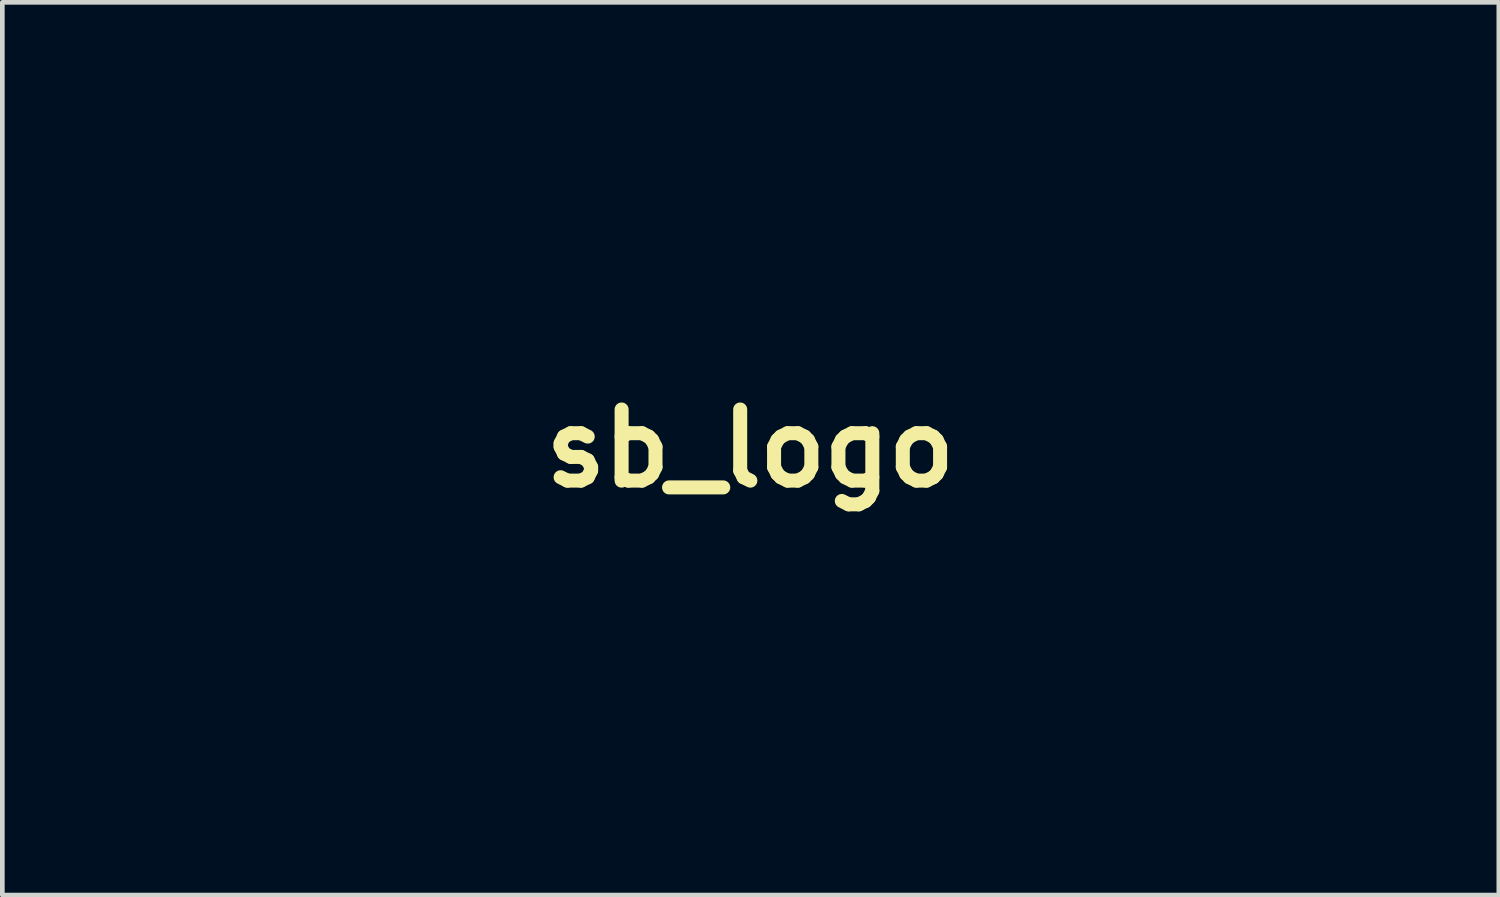
<source format=kicad_pcb>
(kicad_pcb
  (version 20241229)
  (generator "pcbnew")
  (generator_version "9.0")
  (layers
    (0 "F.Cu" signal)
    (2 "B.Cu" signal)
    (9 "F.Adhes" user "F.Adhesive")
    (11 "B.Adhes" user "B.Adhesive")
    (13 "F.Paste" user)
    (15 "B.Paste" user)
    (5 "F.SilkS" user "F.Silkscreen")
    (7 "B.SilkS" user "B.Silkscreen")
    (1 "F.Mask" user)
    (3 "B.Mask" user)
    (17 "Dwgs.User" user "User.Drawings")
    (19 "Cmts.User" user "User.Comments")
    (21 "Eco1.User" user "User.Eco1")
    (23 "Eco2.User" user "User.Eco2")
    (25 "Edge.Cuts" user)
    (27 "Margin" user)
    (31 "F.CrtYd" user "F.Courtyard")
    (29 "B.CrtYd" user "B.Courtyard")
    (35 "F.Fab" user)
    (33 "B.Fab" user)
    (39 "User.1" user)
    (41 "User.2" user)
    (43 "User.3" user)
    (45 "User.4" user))
  (footprint "sb_logo"
    (layer "F.Cu")
    (at 13.023 6.556)
    (property "Reference" "sb_logo" (at 0 0 0) (layer "F.SilkS") (effects (font (size 1.524 1.524) (thickness 0.3))))
    (attr through_hole)
    (fp_poly (pts (xy 11.738 1.792) (xy 11.77 1.802) (xy 11.786 1.82) (xy 11.788 1.834) (xy 11.784 1.847) (xy 11.773 1.854) (xy 11.751 1.858) (xy 11.718 1.861) (xy 11.651 1.864) (xy 11.654 1.829) (xy 11.659 1.805) (xy 11.671 1.795) (xy 11.695 1.791) (xy 11.738 1.792)) (stroke (width 0.01) (type solid)) (fill no) (layer "Eco2.User"))
    (fp_poly (pts (xy -10.295 2.437) (xy -10.162 2.437) (xy -10.048 2.438) (xy -9.952 2.439) (xy -9.871 2.44) (xy -9.805 2.441) (xy -9.752 2.442) (xy -9.709 2.444) (xy -9.675 2.446) (xy -9.649 2.448) (xy -9.628 2.451) (xy -9.61 2.454) (xy -9.595 2.458) (xy -9.58 2.463) (xy -9.574 2.465) (xy -9.499 2.5) (xy -9.439 2.549) (xy -9.395 2.611) (xy -9.367 2.685) (xy -9.357 2.77) (xy -9.359 2.815) (xy -9.374 2.901) (xy -9.405 2.973) (xy -9.452 3.031) (xy -9.515 3.074) (xy -9.594 3.104) (xy -9.618 3.11) (xy -9.643 3.113) (xy -9.686 3.116) (xy -9.75 3.118) (xy -9.833 3.119) (xy -9.936 3.121) (xy -10.06 3.122) (xy -10.204 3.122) (xy -10.309 3.122) (xy -10.943 3.122) (xy -10.943 2.432) (xy -10.295 2.437)) (stroke (width 0.01) (type solid)) (fill no) (layer "Eco2.User"))
    (fp_poly (pts (xy -10.316 3.599) (xy -10.176 3.599) (xy -10.056 3.599) (xy -9.953 3.599) (xy -9.866 3.601) (xy -9.792 3.602) (xy -9.732 3.604) (xy -9.681 3.608) (xy -9.64 3.612) (xy -9.605 3.617) (xy -9.575 3.623) (xy -9.549 3.631) (xy -9.524 3.64) (xy -9.499 3.65) (xy -9.484 3.657) (xy -9.433 3.686) (xy -9.383 3.726) (xy -9.341 3.769) (xy -9.316 3.805) (xy -9.287 3.88) (xy -9.273 3.965) (xy -9.275 4.054) (xy -9.292 4.141) (xy -9.293 4.144) (xy -9.327 4.219) (xy -9.378 4.283) (xy -9.447 4.335) (xy -9.532 4.374) (xy -9.617 4.398) (xy -9.637 4.401) (xy -9.663 4.404) (xy -9.696 4.406) (xy -9.74 4.408) (xy -9.794 4.41) (xy -9.861 4.411) (xy -9.942 4.412) (xy -10.04 4.413) (xy -10.155 4.413) (xy -10.289 4.413) (xy -10.316 4.413) (xy -10.943 4.413) (xy -10.943 3.598) (xy -10.316 3.599)) (stroke (width 0.01) (type solid)) (fill no) (layer "Eco2.User"))
    (fp_poly (pts (xy 11.765 1.699) (xy 11.821 1.721) (xy 11.868 1.758) (xy 11.879 1.77) (xy 11.911 1.828) (xy 11.925 1.89) (xy 11.92 1.952) (xy 11.897 2.01) (xy 11.858 2.059) (xy 11.817 2.09) (xy 11.762 2.112) (xy 11.7 2.117) (xy 11.64 2.107) (xy 11.605 2.093) (xy 11.556 2.054) (xy 11.521 2.003) (xy 11.501 1.945) (xy 11.497 1.885) (xy 11.509 1.825) (xy 11.539 1.772) (xy 11.543 1.767) (xy 11.579 1.736) (xy 11.589 1.736) (xy 11.589 2.064) (xy 11.652 2.064) (xy 11.652 1.995) (xy 11.653 1.958) (xy 11.655 1.937) (xy 11.662 1.928) (xy 11.674 1.926) (xy 11.678 1.926) (xy 11.694 1.93) (xy 11.709 1.943) (xy 11.727 1.97) (xy 11.739 1.992) (xy 11.765 2.035) (xy 11.789 2.058) (xy 11.815 2.065) (xy 11.839 2.06) (xy 11.846 2.053) (xy 11.843 2.038) (xy 11.829 2.014) (xy 11.804 1.974) (xy 11.79 1.948) (xy 11.786 1.933) (xy 11.792 1.923) (xy 11.807 1.915) (xy 11.816 1.911) (xy 11.847 1.89) (xy 11.861 1.859) (xy 11.861 1.814) (xy 11.859 1.805) (xy 11.851 1.777) (xy 11.836 1.757) (xy 11.811 1.745) (xy 11.773 1.738) (xy 11.718 1.736) (xy 11.698 1.736) (xy 11.589 1.736) (xy 11.579 1.736) (xy 11.589 1.727) (xy 11.645 1.702) (xy 11.705 1.693) (xy 11.765 1.699)) (stroke (width 0.01) (type solid)) (fill no) (layer "Eco2.User"))
    (fp_poly (pts (xy 5.604 -3.936) (xy 5.765 -3.902) (xy 5.916 -3.85) (xy 5.984 -3.818) (xy 6.119 -3.74) (xy 6.238 -3.647) (xy 6.342 -3.54) (xy 6.43 -3.419) (xy 6.502 -3.285) (xy 6.556 -3.14) (xy 6.571 -3.085) (xy 6.578 -3.057) (xy 6.584 -3.028) (xy 6.589 -2.996) (xy 6.593 -2.959) (xy 6.598 -2.918) (xy 6.601 -2.87) (xy 6.604 -2.814) (xy 6.607 -2.75) (xy 6.609 -2.675) (xy 6.61 -2.588) (xy 6.612 -2.488) (xy 6.613 -2.375) (xy 6.614 -2.246) (xy 6.614 -2.101) (xy 6.614 -1.937) (xy 6.615 -1.755) (xy 6.615 -1.628) (xy 6.615 -0.529) (xy 5.367 -0.529) (xy 5.363 -1.58) (xy 5.362 -1.775) (xy 5.361 -1.95) (xy 5.36 -2.105) (xy 5.358 -2.241) (xy 5.357 -2.358) (xy 5.355 -2.456) (xy 5.354 -2.537) (xy 5.352 -2.6) (xy 5.35 -2.647) (xy 5.348 -2.678) (xy 5.346 -2.691) (xy 5.315 -2.811) (xy 5.276 -2.912) (xy 5.227 -2.996) (xy 5.168 -3.061) (xy 5.099 -3.109) (xy 5.019 -3.14) (xy 4.926 -3.155) (xy 4.886 -3.157) (xy 4.774 -3.149) (xy 4.674 -3.124) (xy 4.586 -3.081) (xy 4.511 -3.022) (xy 4.449 -2.947) (xy 4.401 -2.855) (xy 4.366 -2.748) (xy 4.359 -2.716) (xy 4.357 -2.695) (xy 4.355 -2.653) (xy 4.354 -2.591) (xy 4.352 -2.509) (xy 4.351 -2.407) (xy 4.351 -2.285) (xy 4.35 -2.145) (xy 4.35 -1.986) (xy 4.349 -1.808) (xy 4.35 -1.613) (xy 4.35 -1.595) (xy 4.351 -0.529) (xy 3.102 -0.529) (xy 3.098 -2.008) (xy 3.097 -2.241) (xy 3.096 -2.457) (xy 3.095 -2.656) (xy 3.094 -2.837) (xy 3.093 -3.001) (xy 3.091 -3.147) (xy 3.09 -3.273) (xy 3.088 -3.381) (xy 3.087 -3.469) (xy 3.085 -3.537) (xy 3.083 -3.585) (xy 3.082 -3.609) (xy 3.076 -3.665) (xy 3.071 -3.72) (xy 3.066 -3.767) (xy 3.064 -3.791) (xy 3.058 -3.852) (xy 3.691 -3.852) (xy 4.325 -3.852) (xy 4.332 -3.74) (xy 4.335 -3.685) (xy 4.338 -3.63) (xy 4.339 -3.584) (xy 4.339 -3.565) (xy 4.34 -3.532) (xy 4.343 -3.509) (xy 4.346 -3.503) (xy 4.355 -3.51) (xy 4.377 -3.529) (xy 4.408 -3.557) (xy 4.446 -3.593) (xy 4.461 -3.606) (xy 4.577 -3.706) (xy 4.696 -3.787) (xy 4.821 -3.85) (xy 4.955 -3.897) (xy 5.1 -3.93) (xy 5.255 -3.947) (xy 5.434 -3.951) (xy 5.604 -3.936)) (stroke (width 0.01) (type solid)) (fill no) (layer "Eco2.User"))
    (fp_poly (pts (xy 1.196 -3.852) (xy 1.82 -3.852) (xy 1.821 -2.426) (xy 1.821 -2.251) (xy 1.821 -2.081) (xy 1.821 -1.916) (xy 1.822 -1.757) (xy 1.823 -1.607) (xy 1.823 -1.467) (xy 1.824 -1.337) (xy 1.825 -1.22) (xy 1.826 -1.117) (xy 1.827 -1.029) (xy 1.828 -0.957) (xy 1.829 -0.904) (xy 1.83 -0.87) (xy 1.831 -0.863) (xy 1.835 -0.799) (xy 1.84 -0.732) (xy 1.845 -0.669) (xy 1.848 -0.627) (xy 1.855 -0.529) (xy 0.595 -0.529) (xy 0.589 -0.569) (xy 0.585 -0.604) (xy 0.582 -0.647) (xy 0.582 -0.663) (xy 0.581 -0.701) (xy 0.579 -0.75) (xy 0.575 -0.798) (xy 0.568 -0.88) (xy 0.488 -0.801) (xy 0.372 -0.697) (xy 0.254 -0.612) (xy 0.132 -0.545) (xy 0.002 -0.495) (xy -0.138 -0.459) (xy -0.293 -0.436) (xy -0.318 -0.434) (xy -0.383 -0.429) (xy -0.434 -0.426) (xy -0.48 -0.426) (xy -0.527 -0.428) (xy -0.583 -0.432) (xy -0.614 -0.435) (xy -0.779 -0.46) (xy -0.934 -0.503) (xy -1.076 -0.563) (xy -1.205 -0.639) (xy -1.321 -0.731) (xy -1.423 -0.838) (xy -1.511 -0.959) (xy -1.582 -1.094) (xy -1.638 -1.242) (xy -1.676 -1.402) (xy -1.683 -1.439) (xy -1.684 -1.461) (xy -1.686 -1.504) (xy -1.687 -1.566) (xy -1.689 -1.647) (xy -1.69 -1.747) (xy -1.691 -1.863) (xy -1.692 -1.997) (xy -1.692 -2.146) (xy -1.693 -2.31) (xy -1.693 -2.489) (xy -1.693 -2.68) (xy -1.693 -3.852) (xy -0.445 -3.852) (xy -0.444 -2.828) (xy -0.444 -2.65) (xy -0.444 -2.492) (xy -0.444 -2.353) (xy -0.444 -2.23) (xy -0.443 -2.123) (xy -0.442 -2.03) (xy -0.441 -1.95) (xy -0.439 -1.882) (xy -0.437 -1.824) (xy -0.434 -1.775) (xy -0.431 -1.733) (xy -0.427 -1.697) (xy -0.423 -1.666) (xy -0.418 -1.638) (xy -0.412 -1.612) (xy -0.405 -1.586) (xy -0.397 -1.56) (xy -0.396 -1.556) (xy -0.358 -1.458) (xy -0.306 -1.377) (xy -0.241 -1.312) (xy -0.165 -1.264) (xy -0.079 -1.234) (xy 0.017 -1.221) (xy 0.123 -1.228) (xy 0.191 -1.241) (xy 0.284 -1.273) (xy 0.365 -1.323) (xy 0.434 -1.39) (xy 0.491 -1.475) (xy 0.535 -1.576) (xy 0.547 -1.614) (xy 0.55 -1.625) (xy 0.553 -1.639) (xy 0.555 -1.656) (xy 0.557 -1.677) (xy 0.559 -1.705) (xy 0.561 -1.739) (xy 0.562 -1.782) (xy 0.563 -1.835) (xy 0.564 -1.898) (xy 0.565 -1.974) (xy 0.566 -2.063) (xy 0.567 -2.167) (xy 0.567 -2.287) (xy 0.568 -2.425) (xy 0.568 -2.581) (xy 0.569 -2.756) (xy 0.569 -2.765) (xy 0.572 -3.852) (xy 1.196 -3.852)) (stroke (width 0.01) (type solid)) (fill no) (layer "Eco2.User"))
    (fp_poly (pts (xy -4.359 -3.94) (xy -4.153 -3.911) (xy -3.957 -3.867) (xy -3.772 -3.807) (xy -3.599 -3.731) (xy -3.439 -3.641) (xy -3.292 -3.535) (xy -3.245 -3.495) (xy -3.119 -3.37) (xy -3.01 -3.232) (xy -2.918 -3.082) (xy -2.843 -2.92) (xy -2.785 -2.745) (xy -2.744 -2.558) (xy -2.721 -2.358) (xy -2.72 -2.347) (xy -2.715 -2.141) (xy -2.727 -1.943) (xy -2.757 -1.754) (xy -2.803 -1.575) (xy -2.866 -1.407) (xy -2.946 -1.25) (xy -3.041 -1.106) (xy -3.153 -0.975) (xy -3.164 -0.963) (xy -3.298 -0.841) (xy -3.444 -0.735) (xy -3.602 -0.645) (xy -3.772 -0.571) (xy -3.956 -0.513) (xy -4.154 -0.469) (xy -4.366 -0.441) (xy -4.45 -0.434) (xy -4.519 -0.43) (xy -4.574 -0.427) (xy -4.62 -0.426) (xy -4.665 -0.426) (xy -4.714 -0.428) (xy -4.774 -0.431) (xy -4.831 -0.435) (xy -5.043 -0.458) (xy -5.244 -0.497) (xy -5.432 -0.552) (xy -5.608 -0.622) (xy -5.771 -0.707) (xy -5.919 -0.807) (xy -6.053 -0.921) (xy -6.172 -1.048) (xy -6.276 -1.188) (xy -6.364 -1.341) (xy -6.435 -1.506) (xy -6.489 -1.683) (xy -6.508 -1.773) (xy -6.531 -1.923) (xy -6.543 -2.084) (xy -6.543 -2.145) (xy -5.265 -2.145) (xy -5.26 -2.036) (xy -5.246 -1.88) (xy -5.224 -1.743) (xy -5.194 -1.623) (xy -5.155 -1.518) (xy -5.108 -1.427) (xy -5.051 -1.349) (xy -5.017 -1.312) (xy -4.934 -1.244) (xy -4.842 -1.195) (xy -4.743 -1.165) (xy -4.637 -1.155) (xy -4.527 -1.165) (xy -4.507 -1.169) (xy -4.406 -1.201) (xy -4.316 -1.25) (xy -4.237 -1.318) (xy -4.169 -1.404) (xy -4.111 -1.506) (xy -4.066 -1.626) (xy -4.031 -1.763) (xy -4.027 -1.786) (xy -4.012 -1.888) (xy -4.002 -2.002) (xy -3.997 -2.123) (xy -3.996 -2.242) (xy -4 -2.349) (xy -4.017 -2.516) (xy -4.044 -2.665) (xy -4.082 -2.796) (xy -4.13 -2.91) (xy -4.189 -3.006) (xy -4.258 -3.084) (xy -4.339 -3.147) (xy -4.381 -3.171) (xy -4.42 -3.186) (xy -4.47 -3.201) (xy -4.524 -3.213) (xy -4.533 -3.215) (xy -4.644 -3.224) (xy -4.75 -3.213) (xy -4.85 -3.182) (xy -4.942 -3.132) (xy -4.988 -3.098) (xy -5.053 -3.031) (xy -5.11 -2.946) (xy -5.159 -2.844) (xy -5.199 -2.727) (xy -5.23 -2.598) (xy -5.252 -2.456) (xy -5.264 -2.305) (xy -5.265 -2.145) (xy -6.543 -2.145) (xy -6.544 -2.249) (xy -6.535 -2.411) (xy -6.516 -2.564) (xy -6.504 -2.625) (xy -6.456 -2.809) (xy -6.391 -2.981) (xy -6.31 -3.139) (xy -6.212 -3.285) (xy -6.099 -3.417) (xy -5.97 -3.535) (xy -5.827 -3.639) (xy -5.669 -3.729) (xy -5.497 -3.804) (xy -5.312 -3.865) (xy -5.113 -3.909) (xy -4.902 -3.938) (xy -4.794 -3.947) (xy -4.573 -3.951) (xy -4.359 -3.94)) (stroke (width 0.01) (type solid)) (fill no) (layer "Eco2.User"))
    (fp_poly (pts (xy 11.472 -0.529) (xy 10.266 -0.529) (xy 10.261 -0.553) (xy 10.259 -0.57) (xy 10.256 -0.606) (xy 10.252 -0.655) (xy 10.248 -0.714) (xy 10.244 -0.78) (xy 10.243 -0.796) (xy 10.238 -0.877) (xy 10.234 -0.938) (xy 10.228 -0.98) (xy 10.222 -1.005) (xy 10.214 -1.014) (xy 10.204 -1.009) (xy 10.191 -0.99) (xy 10.174 -0.96) (xy 10.171 -0.954) (xy 10.108 -0.852) (xy 10.028 -0.759) (xy 9.931 -0.676) (xy 9.821 -0.603) (xy 9.699 -0.542) (xy 9.566 -0.492) (xy 9.426 -0.456) (xy 9.279 -0.433) (xy 9.128 -0.425) (xy 8.974 -0.432) (xy 8.946 -0.435) (xy 8.793 -0.463) (xy 8.646 -0.511) (xy 8.507 -0.579) (xy 8.375 -0.665) (xy 8.253 -0.77) (xy 8.14 -0.893) (xy 8.037 -1.033) (xy 8.031 -1.044) (xy 7.993 -1.108) (xy 7.953 -1.187) (xy 7.913 -1.275) (xy 7.876 -1.365) (xy 7.849 -1.441) (xy 7.792 -1.639) (xy 7.754 -1.844) (xy 7.733 -2.055) (xy 7.731 -2.267) (xy 7.732 -2.279) (xy 9.009 -2.279) (xy 9.009 -2.132) (xy 9.017 -1.986) (xy 9.033 -1.845) (xy 9.056 -1.714) (xy 9.07 -1.656) (xy 9.095 -1.578) (xy 9.13 -1.497) (xy 9.171 -1.419) (xy 9.215 -1.352) (xy 9.24 -1.32) (xy 9.313 -1.253) (xy 9.397 -1.203) (xy 9.491 -1.17) (xy 9.591 -1.156) (xy 9.696 -1.161) (xy 9.721 -1.165) (xy 9.817 -1.193) (xy 9.903 -1.239) (xy 9.979 -1.305) (xy 10.046 -1.388) (xy 10.095 -1.475) (xy 10.137 -1.573) (xy 10.171 -1.675) (xy 10.195 -1.786) (xy 10.212 -1.907) (xy 10.222 -2.043) (xy 10.225 -2.191) (xy 10.224 -2.263) (xy 10.222 -2.336) (xy 10.22 -2.405) (xy 10.217 -2.462) (xy 10.214 -2.498) (xy 10.191 -2.651) (xy 10.158 -2.785) (xy 10.115 -2.901) (xy 10.06 -2.999) (xy 9.995 -3.079) (xy 9.919 -3.141) (xy 9.832 -3.185) (xy 9.734 -3.212) (xy 9.626 -3.221) (xy 9.514 -3.213) (xy 9.415 -3.188) (xy 9.327 -3.146) (xy 9.25 -3.086) (xy 9.184 -3.008) (xy 9.128 -2.912) (xy 9.082 -2.797) (xy 9.082 -2.795) (xy 9.052 -2.685) (xy 9.03 -2.56) (xy 9.016 -2.423) (xy 9.009 -2.279) (xy 7.732 -2.279) (xy 7.746 -2.478) (xy 7.779 -2.685) (xy 7.83 -2.885) (xy 7.87 -3.004) (xy 7.943 -3.175) (xy 8.029 -3.331) (xy 8.127 -3.471) (xy 8.237 -3.593) (xy 8.358 -3.699) (xy 8.489 -3.787) (xy 8.63 -3.857) (xy 8.782 -3.908) (xy 8.807 -3.914) (xy 8.942 -3.939) (xy 9.087 -3.95) (xy 9.238 -3.949) (xy 9.388 -3.935) (xy 9.532 -3.908) (xy 9.641 -3.877) (xy 9.727 -3.845) (xy 9.817 -3.802) (xy 9.902 -3.756) (xy 9.943 -3.73) (xy 9.987 -3.698) (xy 10.037 -3.657) (xy 10.087 -3.611) (xy 10.133 -3.566) (xy 10.17 -3.525) (xy 10.186 -3.504) (xy 10.205 -3.48) (xy 10.22 -3.468) (xy 10.225 -3.467) (xy 10.226 -3.478) (xy 10.228 -3.509) (xy 10.229 -3.558) (xy 10.23 -3.624) (xy 10.231 -3.706) (xy 10.232 -3.801) (xy 10.233 -3.909) (xy 10.233 -4.028) (xy 10.234 -4.156) (xy 10.234 -4.293) (xy 10.234 -4.393) (xy 10.234 -5.313) (xy 11.472 -5.313) (xy 11.472 -0.529)) (stroke (width 0.01) (type solid)) (fill no) (layer "Eco2.User"))
    (fp_poly (pts (xy -9.49 -5.408) (xy -9.394 -5.406) (xy -9.31 -5.403) (xy -9.242 -5.398) (xy -9.02 -5.369) (xy -8.814 -5.328) (xy -8.625 -5.274) (xy -8.453 -5.206) (xy -8.296 -5.126) (xy -8.157 -5.033) (xy -8.035 -4.928) (xy -7.931 -4.814) (xy -7.846 -4.693) (xy -7.779 -4.563) (xy -7.731 -4.424) (xy -7.699 -4.274) (xy -7.685 -4.113) (xy -7.684 -4.047) (xy -7.684 -3.905) (xy -8.996 -3.905) (xy -8.996 -3.956) (xy -9.007 -4.055) (xy -9.037 -4.15) (xy -9.085 -4.238) (xy -9.143 -4.308) (xy -9.216 -4.369) (xy -9.297 -4.416) (xy -9.39 -4.45) (xy -9.497 -4.471) (xy -9.619 -4.48) (xy -9.647 -4.481) (xy -9.708 -4.481) (xy -9.753 -4.479) (xy -9.789 -4.476) (xy -9.819 -4.471) (xy -9.851 -4.462) (xy -9.88 -4.452) (xy -9.985 -4.406) (xy -10.074 -4.348) (xy -10.146 -4.279) (xy -10.199 -4.199) (xy -10.213 -4.17) (xy -10.222 -4.143) (xy -10.227 -4.113) (xy -10.229 -4.071) (xy -10.229 -4.043) (xy -10.228 -3.993) (xy -10.225 -3.957) (xy -10.219 -3.929) (xy -10.207 -3.9) (xy -10.198 -3.881) (xy -10.15 -3.809) (xy -10.082 -3.742) (xy -9.994 -3.682) (xy -9.886 -3.627) (xy -9.836 -3.606) (xy -9.782 -3.586) (xy -9.726 -3.566) (xy -9.666 -3.547) (xy -9.599 -3.527) (xy -9.523 -3.506) (xy -9.435 -3.483) (xy -9.334 -3.458) (xy -9.216 -3.43) (xy -9.081 -3.399) (xy -9.074 -3.397) (xy -8.885 -3.351) (xy -8.716 -3.306) (xy -8.565 -3.26) (xy -8.43 -3.212) (xy -8.309 -3.163) (xy -8.201 -3.111) (xy -8.104 -3.055) (xy -8.016 -2.995) (xy -7.936 -2.931) (xy -7.897 -2.895) (xy -7.794 -2.784) (xy -7.708 -2.664) (xy -7.639 -2.533) (xy -7.586 -2.392) (xy -7.55 -2.238) (xy -7.53 -2.071) (xy -7.525 -1.927) (xy -7.526 -1.838) (xy -7.531 -1.758) (xy -7.537 -1.69) (xy -7.541 -1.666) (xy -7.579 -1.51) (xy -7.635 -1.363) (xy -7.71 -1.225) (xy -7.802 -1.096) (xy -7.911 -0.978) (xy -8.037 -0.87) (xy -8.179 -0.773) (xy -8.336 -0.687) (xy -8.508 -0.613) (xy -8.694 -0.55) (xy -8.894 -0.5) (xy -9.106 -0.463) (xy -9.331 -0.439) (xy -9.393 -0.434) (xy -9.475 -0.43) (xy -9.545 -0.427) (xy -9.609 -0.426) (xy -9.673 -0.426) (xy -9.742 -0.428) (xy -9.824 -0.432) (xy -9.88 -0.435) (xy -10.104 -0.453) (xy -10.312 -0.483) (xy -10.505 -0.524) (xy -10.684 -0.578) (xy -10.851 -0.645) (xy -10.975 -0.706) (xy -11.111 -0.791) (xy -11.236 -0.892) (xy -11.348 -1.007) (xy -11.445 -1.134) (xy -11.524 -1.27) (xy -11.537 -1.296) (xy -11.585 -1.414) (xy -11.626 -1.545) (xy -11.659 -1.684) (xy -11.682 -1.823) (xy -11.693 -1.955) (xy -11.695 -2.007) (xy -11.695 -2.053) (xy -10.382 -2.053) (xy -10.382 -2.012) (xy -10.377 -1.947) (xy -10.362 -1.872) (xy -10.34 -1.797) (xy -10.313 -1.729) (xy -10.312 -1.727) (xy -10.257 -1.636) (xy -10.184 -1.555) (xy -10.095 -1.487) (xy -9.991 -1.431) (xy -9.873 -1.39) (xy -9.858 -1.386) (xy -9.792 -1.372) (xy -9.714 -1.363) (xy -9.631 -1.357) (xy -9.55 -1.356) (xy -9.479 -1.36) (xy -9.444 -1.365) (xy -9.317 -1.395) (xy -9.203 -1.438) (xy -9.105 -1.493) (xy -9.023 -1.559) (xy -9.022 -1.561) (xy -8.97 -1.619) (xy -8.935 -1.675) (xy -8.914 -1.735) (xy -8.904 -1.806) (xy -8.903 -1.817) (xy -8.907 -1.916) (xy -8.93 -2.007) (xy -8.972 -2.088) (xy -9.033 -2.161) (xy -9.114 -2.225) (xy -9.202 -2.275) (xy -9.247 -2.296) (xy -9.294 -2.315) (xy -9.346 -2.335) (xy -9.405 -2.354) (xy -9.473 -2.374) (xy -9.554 -2.397) (xy -9.649 -2.422) (xy -9.761 -2.45) (xy -9.829 -2.467) (xy -9.985 -2.506) (xy -10.122 -2.541) (xy -10.243 -2.573) (xy -10.351 -2.604) (xy -10.447 -2.633) (xy -10.535 -2.661) (xy -10.616 -2.689) (xy -10.628 -2.693) (xy -10.755 -2.741) (xy -10.864 -2.786) (xy -10.959 -2.831) (xy -11.041 -2.876) (xy -11.115 -2.924) (xy -11.182 -2.976) (xy -11.245 -3.034) (xy -11.255 -3.043) (xy -11.36 -3.16) (xy -11.446 -3.289) (xy -11.515 -3.428) (xy -11.565 -3.577) (xy -11.597 -3.737) (xy -11.611 -3.906) (xy -11.611 -3.946) (xy -11.601 -4.122) (xy -11.572 -4.289) (xy -11.525 -4.446) (xy -11.458 -4.594) (xy -11.374 -4.732) (xy -11.273 -4.858) (xy -11.154 -4.972) (xy -11.018 -5.074) (xy -10.906 -5.141) (xy -10.752 -5.215) (xy -10.581 -5.278) (xy -10.394 -5.329) (xy -10.192 -5.368) (xy -9.978 -5.395) (xy -9.954 -5.397) (xy -9.88 -5.402) (xy -9.791 -5.406) (xy -9.694 -5.408) (xy -9.591 -5.409) (xy -9.49 -5.408)) (stroke (width 0.01) (type solid)) (fill no) (layer "Eco2.User"))
    (fp_poly (pts (xy 13.028 6.562) (xy -13.018 6.562) (xy -13.018 5.323) (xy -5.038 5.323) (xy -5.038 5.517) (xy -5.037 5.579) (xy -5.036 5.634) (xy -5.035 5.678) (xy -5.033 5.707) (xy -5.031 5.719) (xy -5.019 5.719) (xy -4.988 5.72) (xy -4.938 5.721) (xy -4.871 5.722) (xy -4.786 5.722) (xy -4.687 5.723) (xy -4.574 5.723) (xy -4.447 5.724) (xy -4.309 5.724) (xy -4.16 5.725) (xy -4.002 5.725) (xy -3.836 5.725) (xy -3.663 5.726) (xy -3.484 5.726) (xy -1.926 5.726) (xy -1.926 5.323) (xy -5.038 5.323) (xy -13.018 5.323) (xy -13.018 2.005) (xy -11.589 2.005) (xy -11.587 2.03) (xy -11.578 2.041) (xy -11.56 2.043) (xy -11.531 2.049) (xy -11.513 2.06) (xy -11.51 2.063) (xy -11.508 2.068) (xy -11.505 2.076) (xy -11.503 2.088) (xy -11.501 2.105) (xy -11.5 2.128) (xy -11.499 2.158) (xy -11.497 2.196) (xy -11.497 2.244) (xy -11.496 2.303) (xy -11.495 2.373) (xy -11.495 2.456) (xy -11.494 2.552) (xy -11.494 2.664) (xy -11.494 2.791) (xy -11.494 2.936) (xy -11.494 3.098) (xy -11.494 3.28) (xy -11.493 3.43) (xy -11.493 4.782) (xy -11.517 4.799) (xy -11.544 4.812) (xy -11.565 4.815) (xy -11.581 4.819) (xy -11.588 4.832) (xy -11.589 4.853) (xy -11.589 4.891) (xy -10.549 4.887) (xy -10.377 4.886) (xy -10.225 4.885) (xy -10.092 4.885) (xy -9.975 4.884) (xy -9.875 4.883) (xy -9.789 4.883) (xy -9.716 4.882) (xy -9.654 4.881) (xy -9.603 4.879) (xy -9.561 4.878) (xy -9.527 4.876) (xy -9.499 4.874) (xy -9.476 4.872) (xy -9.456 4.869) (xy -9.439 4.866) (xy -9.423 4.863) (xy -9.414 4.861) (xy -9.274 4.821) (xy -9.151 4.766) (xy -9.043 4.699) (xy -8.952 4.618) (xy -8.877 4.524) (xy -8.819 4.418) (xy -8.778 4.299) (xy -8.762 4.228) (xy -8.757 4.178) (xy -8.754 4.114) (xy -8.755 4.042) (xy -8.758 3.968) (xy -8.763 3.899) (xy -8.771 3.84) (xy -8.778 3.805) (xy -8.819 3.693) (xy -8.878 3.592) (xy -8.955 3.502) (xy -9.05 3.422) (xy -9.094 3.393) (xy -9.175 3.342) (xy -9.114 3.297) (xy -9.034 3.226) (xy -8.963 3.14) (xy -8.905 3.045) (xy -8.864 2.945) (xy -8.853 2.905) (xy -8.84 2.82) (xy -8.838 2.725) (xy -8.847 2.627) (xy -8.865 2.533) (xy -8.891 2.454) (xy -8.949 2.343) (xy -9.022 2.246) (xy -9.111 2.163) (xy -9.216 2.094) (xy -9.337 2.038) (xy -9.47 1.998) (xy -9.486 1.994) (xy -9.502 1.991) (xy -9.519 1.988) (xy -9.538 1.985) (xy -9.562 1.983) (xy -9.591 1.981) (xy -9.627 1.979) (xy -9.671 1.978) (xy -9.724 1.977) (xy -9.788 1.976) (xy -9.865 1.975) (xy -9.955 1.974) (xy -10.06 1.974) (xy -10.181 1.973) (xy -10.32 1.972) (xy -10.478 1.972) (xy -10.575 1.971) (xy -11.346 1.968) (xy -8.075 1.968) (xy -8.075 2.006) (xy -8.073 2.03) (xy -8.064 2.041) (xy -8.044 2.043) (xy -8.034 2.042) (xy -8.026 2.042) (xy -8.019 2.042) (xy -8.012 2.044) (xy -8.006 2.05) (xy -8.001 2.059) (xy -7.997 2.074) (xy -7.993 2.094) (xy -7.99 2.123) (xy -7.987 2.159) (xy -7.985 2.205) (xy -7.984 2.261) (xy -7.983 2.329) (xy -7.982 2.409) (xy -7.981 2.503) (xy -7.981 2.611) (xy -7.981 2.736) (xy -7.981 2.877) (xy -7.981 3.036) (xy -7.982 3.214) (xy -7.982 3.412) (xy -7.982 3.439) (xy -7.983 3.635) (xy -7.983 3.812) (xy -7.984 3.969) (xy -7.984 4.108) (xy -7.984 4.231) (xy -7.985 4.338) (xy -7.986 4.431) (xy -7.986 4.51) (xy -7.987 4.576) (xy -7.988 4.631) (xy -7.989 4.676) (xy -7.99 4.712) (xy -7.992 4.74) (xy -7.993 4.761) (xy -7.995 4.776) (xy -7.997 4.787) (xy -8 4.793) (xy -8.002 4.797) (xy -8.005 4.8) (xy -8.006 4.8) (xy -8.033 4.813) (xy -8.051 4.815) (xy -8.067 4.819) (xy -8.074 4.832) (xy -8.075 4.852) (xy -8.075 4.889) (xy -6.841 4.892) (xy -5.606 4.895) (xy -5.584 4.924) (xy -5.561 4.947) (xy -5.535 4.951) (xy -5.509 4.948) (xy -5.508 4.845) (xy -5.038 4.845) (xy -5.037 4.868) (xy -5.03 4.883) (xy -5.019 4.884) (xy -4.988 4.886) (xy -4.941 4.887) (xy -4.881 4.887) (xy -4.81 4.888) (xy -4.731 4.887) (xy -4.684 4.887) (xy -4.344 4.884) (xy -4.341 4.85) (xy -4.341 4.826) (xy -4.349 4.816) (xy -4.359 4.815) (xy -4.389 4.806) (xy -4.407 4.782) (xy -4.411 4.746) (xy -4.41 4.742) (xy -4.405 4.722) (xy -4.391 4.684) (xy -4.37 4.628) (xy -4.342 4.556) (xy -4.306 4.467) (xy -4.265 4.364) (xy -4.217 4.246) (xy -4.163 4.116) (xy -4.104 3.973) (xy -4.04 3.818) (xy -3.971 3.654) (xy -3.898 3.479) (xy -3.821 3.296) (xy -3.74 3.106) (xy -3.656 2.908) (xy -3.57 2.704) (xy -3.53 2.611) (xy -3.527 2.606) (xy -3.523 2.604) (xy -3.518 2.608) (xy -3.511 2.617) (xy -3.501 2.635) (xy -3.487 2.662) (xy -3.47 2.699) (xy -3.448 2.748) (xy -3.42 2.81) (xy -3.387 2.887) (xy -3.347 2.979) (xy -3.299 3.089) (xy -3.268 3.161) (xy -3.178 3.372) (xy -3.095 3.564) (xy -3.021 3.738) (xy -2.953 3.895) (xy -2.893 4.036) (xy -2.839 4.161) (xy -2.792 4.272) (xy -2.751 4.37) (xy -2.716 4.454) (xy -2.686 4.527) (xy -2.66 4.588) (xy -2.64 4.639) (xy -2.624 4.68) (xy -2.611 4.713) (xy -2.603 4.738) (xy -2.597 4.755) (xy -2.595 4.766) (xy -2.595 4.771) (xy -2.608 4.8) (xy -2.628 4.814) (xy -2.649 4.829) (xy -2.655 4.849) (xy -2.654 4.856) (xy -2.651 4.884) (xy -1.921 4.884) (xy -1.918 4.861) (xy -1.924 4.835) (xy -1.95 4.802) (xy -1.955 4.798) (xy -1.962 4.789) (xy -1.971 4.776) (xy -1.981 4.759) (xy -1.994 4.735) (xy -2.01 4.704) (xy -2.029 4.665) (xy -2.045 4.629) (xy -1.47 4.629) (xy -1.435 4.647) (xy -1.393 4.646) (xy -1.38 4.644) (xy -1.362 4.639) (xy -1.345 4.639) (xy -1.326 4.643) (xy -1.3 4.653) (xy -1.264 4.67) (xy -1.213 4.695) (xy -1.211 4.696) (xy -1.079 4.759) (xy -0.95 4.81) (xy -0.822 4.851) (xy -0.691 4.883) (xy -0.553 4.906) (xy -0.403 4.921) (xy -0.24 4.929) (xy -0.143 4.93) (xy -0.072 4.93) (xy 0.003 4.929) (xy 0.073 4.926) (xy 0.133 4.923) (xy 0.153 4.921) (xy 0.347 4.896) (xy 0.524 4.859) (xy 0.684 4.811) (xy 0.827 4.75) (xy 0.953 4.678) (xy 1.062 4.593) (xy 1.083 4.573) (xy 1.17 4.476) (xy 1.238 4.369) (xy 1.287 4.252) (xy 1.319 4.125) (xy 1.33 4.027) (xy 1.331 3.94) (xy 1.324 3.845) (xy 1.31 3.752) (xy 1.295 3.683) (xy 1.255 3.582) (xy 1.198 3.486) (xy 1.126 3.399) (xy 1.042 3.325) (xy 0.957 3.273) (xy 0.897 3.244) (xy 0.836 3.218) (xy 0.772 3.196) (xy 0.704 3.177) (xy 0.628 3.161) (xy 0.544 3.147) (xy 0.449 3.135) (xy 0.341 3.125) (xy 0.219 3.117) (xy 0.08 3.109) (xy -0.078 3.103) (xy -0.122 3.101) (xy -0.261 3.095) (xy -0.381 3.087) (xy -0.483 3.077) (xy -0.568 3.063) (xy -0.64 3.047) (xy -0.699 3.027) (xy -0.746 3.003) (xy -0.785 2.974) (xy -0.815 2.94) (xy -0.833 2.914) (xy -0.849 2.883) (xy -0.858 2.855) (xy -0.862 2.82) (xy -0.862 2.783) (xy -0.857 2.718) (xy -0.841 2.665) (xy -0.81 2.617) (xy -0.769 2.575) (xy -0.703 2.524) (xy -0.624 2.483) (xy -0.529 2.449) (xy -0.418 2.424) (xy -0.29 2.406) (xy -0.143 2.396) (xy -0.127 2.395) (xy 0.076 2.397) (xy 0.269 2.416) (xy 0.349 2.43) (xy 0.448 2.453) (xy 0.547 2.483) (xy 0.641 2.517) (xy 0.728 2.554) (xy 0.803 2.593) (xy 0.862 2.632) (xy 0.884 2.651) (xy 0.911 2.678) (xy 0.926 2.7) (xy 0.931 2.723) (xy 0.931 2.738) (xy 0.935 2.77) (xy 0.948 2.793) (xy 0.966 2.809) (xy 1 2.836) (xy 1.146 2.543) (xy 1.181 2.47) (xy 1.214 2.403) (xy 1.243 2.345) (xy 1.265 2.298) (xy 1.282 2.264) (xy 1.29 2.245) (xy 1.291 2.243) (xy 1.282 2.232) (xy 1.262 2.223) (xy 1.239 2.219) (xy 1.224 2.222) (xy 1.224 2.222) (xy 1.212 2.23) (xy 1.196 2.231) (xy 1.172 2.226) (xy 1.138 2.213) (xy 1.09 2.191) (xy 1.048 2.17) (xy 0.878 2.094) (xy 0.695 2.03) (xy 0.505 1.98) (xy 0.312 1.945) (xy 0.284 1.941) (xy 0.227 1.935) (xy 0.17 1.931) (xy 0.11 1.928) (xy 0.041 1.927) (xy -0.042 1.928) (xy -0.1 1.929) (xy -0.223 1.933) (xy -0.329 1.94) (xy -0.423 1.951) (xy -0.51 1.966) (xy -0.593 1.986) (xy -0.677 2.012) (xy -0.722 2.027) (xy -0.86 2.086) (xy -0.984 2.159) (xy -1.094 2.246) (xy -1.188 2.344) (xy -1.266 2.453) (xy -1.326 2.573) (xy -1.36 2.672) (xy -1.372 2.732) (xy -1.38 2.804) (xy -1.384 2.883) (xy -1.384 2.961) (xy -1.379 3.031) (xy -1.372 3.081) (xy -1.338 3.192) (xy -1.288 3.288) (xy -1.223 3.371) (xy -1.149 3.434) (xy -1.074 3.481) (xy -0.991 3.522) (xy -0.898 3.557) (xy -0.793 3.586) (xy -0.674 3.609) (xy -0.539 3.628) (xy -0.387 3.642) (xy -0.238 3.651) (xy -0.091 3.658) (xy 0.036 3.665) (xy 0.146 3.672) (xy 0.24 3.678) (xy 0.32 3.684) (xy 0.387 3.691) (xy 0.444 3.698) (xy 0.492 3.706) (xy 0.534 3.715) (xy 0.57 3.724) (xy 0.602 3.735) (xy 0.61 3.738) (xy 0.687 3.775) (xy 0.746 3.822) (xy 0.785 3.878) (xy 0.806 3.945) (xy 0.808 4.021) (xy 0.804 4.048) (xy 0.78 4.137) (xy 0.739 4.215) (xy 0.68 4.282) (xy 0.602 4.338) (xy 0.507 4.385) (xy 0.484 4.394) (xy 0.37 4.427) (xy 0.241 4.449) (xy 0.102 4.461) (xy -0.045 4.462) (xy -0.197 4.454) (xy -0.349 4.436) (xy -0.498 4.408) (xy -0.64 4.371) (xy -0.773 4.326) (xy -0.863 4.287) (xy -0.944 4.243) (xy -1.008 4.198) (xy -1.054 4.153) (xy -1.082 4.109) (xy -1.089 4.068) (xy -1.087 4.053) (xy -1.091 4.029) (xy -1.109 4.01) (xy -1.129 3.997) (xy -1.141 3.996) (xy -1.149 4.005) (xy -1.158 4.02) (xy -1.174 4.049) (xy -1.197 4.092) (xy -1.224 4.144) (xy -1.255 4.204) (xy -1.289 4.268) (xy -1.323 4.335) (xy -1.356 4.4) (xy -1.388 4.463) (xy -1.416 4.519) (xy -1.44 4.566) (xy -1.458 4.602) (xy -1.468 4.624) (xy -1.47 4.629) (xy -2.045 4.629) (xy -2.051 4.616) (xy -2.078 4.557) (xy -2.11 4.486) (xy -2.147 4.402) (xy -2.19 4.304) (xy -2.24 4.192) (xy -2.296 4.063) (xy -2.359 3.917) (xy -2.431 3.753) (xy -2.434 3.746) (xy -2.502 3.588) (xy -2.575 3.421) (xy -2.649 3.248) (xy -2.725 3.073) (xy -2.801 2.898) (xy -2.876 2.725) (xy -2.948 2.558) (xy -3.016 2.4) (xy -3.08 2.253) (xy -3.137 2.119) (xy -3.182 2.016) (xy -3.225 1.916) (xy 1.883 1.916) (xy 1.889 2.492) (xy 1.914 2.496) (xy 1.94 2.491) (xy 1.964 2.469) (xy 1.988 2.439) (xy 2.963 2.432) (xy 2.963 3.605) (xy 2.963 3.788) (xy 2.963 3.952) (xy 2.963 4.096) (xy 2.963 4.223) (xy 2.963 4.334) (xy 2.962 4.429) (xy 2.962 4.51) (xy 2.961 4.578) (xy 2.96 4.634) (xy 2.959 4.679) (xy 2.958 4.715) (xy 2.956 4.743) (xy 2.954 4.763) (xy 2.952 4.778) (xy 2.95 4.788) (xy 2.948 4.794) (xy 2.946 4.796) (xy 2.922 4.811) (xy 2.903 4.815) (xy 2.887 4.819) (xy 2.88 4.832) (xy 2.879 4.852) (xy 2.879 4.889) (xy 3.609 4.889) (xy 3.609 4.852) (xy 3.607 4.827) (xy 3.598 4.817) (xy 3.584 4.815) (xy 3.559 4.808) (xy 3.539 4.793) (xy 3.536 4.789) (xy 3.533 4.784) (xy 3.531 4.775) (xy 3.528 4.763) (xy 3.527 4.746) (xy 3.525 4.723) (xy 3.523 4.692) (xy 3.522 4.653) (xy 3.521 4.604) (xy 3.52 4.544) (xy 3.519 4.472) (xy 3.519 4.386) (xy 3.518 4.287) (xy 3.518 4.171) (xy 3.517 4.038) (xy 3.517 3.888) (xy 3.516 3.718) (xy 3.516 3.602) (xy 3.513 2.433) (xy 3.998 2.436) (xy 4.097 2.437) (xy 4.191 2.439) (xy 4.276 2.44) (xy 4.351 2.442) (xy 4.413 2.444) (xy 4.46 2.445) (xy 4.49 2.447) (xy 4.5 2.449) (xy 4.519 2.466) (xy 4.525 2.477) (xy 4.539 2.494) (xy 4.562 2.498) (xy 4.593 2.498) (xy 4.593 1.969) (xy 5.281 1.969) (xy 5.281 2.006) (xy 5.283 2.031) (xy 5.292 2.041) (xy 5.307 2.043) (xy 5.333 2.051) (xy 5.344 2.063) (xy 5.346 2.077) (xy 5.348 2.11) (xy 5.349 2.163) (xy 5.351 2.237) (xy 5.352 2.33) (xy 5.353 2.444) (xy 5.354 2.579) (xy 5.354 2.734) (xy 5.355 2.91) (xy 5.355 3.107) (xy 5.355 3.325) (xy 5.355 3.43) (xy 5.355 3.627) (xy 5.355 3.805) (xy 5.355 3.963) (xy 5.355 4.103) (xy 5.355 4.227) (xy 5.354 4.335) (xy 5.354 4.428) (xy 5.353 4.507) (xy 5.352 4.574) (xy 5.352 4.63) (xy 5.35 4.675) (xy 5.349 4.712) (xy 5.348 4.74) (xy 5.346 4.761) (xy 5.344 4.776) (xy 5.342 4.786) (xy 5.34 4.793) (xy 5.338 4.796) (xy 5.316 4.811) (xy 5.301 4.815) (xy 5.287 4.82) (xy 5.282 4.838) (xy 5.281 4.852) (xy 5.281 4.889) (xy 7.832 4.889) (xy 7.856 4.915) (xy 7.881 4.933) (xy 7.908 4.941) (xy 7.938 4.942) (xy 7.938 4.35) (xy 7.907 4.35) (xy 7.881 4.355) (xy 7.871 4.371) (xy 7.858 4.39) (xy 7.837 4.403) (xy 7.821 4.405) (xy 7.784 4.406) (xy 7.727 4.408) (xy 7.649 4.41) (xy 7.552 4.411) (xy 7.436 4.412) (xy 7.3 4.412) (xy 7.147 4.413) (xy 6.974 4.413) (xy 6.857 4.413) (xy 5.905 4.413) (xy 5.905 3.196) (xy 6.54 3.196) (xy 6.54 3.672) (xy 7.144 3.672) (xy 7.144 3.196) (xy 6.54 3.196) (xy 5.905 3.196) (xy 5.905 2.433) (xy 6.84 2.436) (xy 7.002 2.437) (xy 7.145 2.438) (xy 7.269 2.438) (xy 7.376 2.439) (xy 7.467 2.439) (xy 7.544 2.44) (xy 7.607 2.441) (xy 7.659 2.442) (xy 7.7 2.444) (xy 7.732 2.445) (xy 7.756 2.447) (xy 7.774 2.449) (xy 7.787 2.452) (xy 7.796 2.454) (xy 7.802 2.458) (xy 7.804 2.459) (xy 7.827 2.48) (xy 7.842 2.504) (xy 7.859 2.525) (xy 7.879 2.529) (xy 7.906 2.529) (xy 7.906 2.005) (xy 8.721 2.005) (xy 8.723 2.03) (xy 8.733 2.041) (xy 8.755 2.045) (xy 8.786 2.055) (xy 8.802 2.074) (xy 8.804 2.089) (xy 8.806 2.123) (xy 8.808 2.175) (xy 8.809 2.243) (xy 8.811 2.327) (xy 8.812 2.423) (xy 8.813 2.532) (xy 8.814 2.651) (xy 8.815 2.778) (xy 8.816 2.913) (xy 8.816 3.053) (xy 8.817 3.197) (xy 8.817 3.343) (xy 8.817 3.491) (xy 8.817 3.637) (xy 8.817 3.782) (xy 8.816 3.922) (xy 8.816 4.058) (xy 8.815 4.186) (xy 8.814 4.306) (xy 8.813 4.416) (xy 8.812 4.514) (xy 8.811 4.599) (xy 8.809 4.669) (xy 8.808 4.723) (xy 8.806 4.759) (xy 8.804 4.776) (xy 8.804 4.776) (xy 8.784 4.803) (xy 8.758 4.814) (xy 8.744 4.815) (xy 8.728 4.819) (xy 8.722 4.833) (xy 8.721 4.852) (xy 8.721 4.889) (xy 9.44 4.889) (xy 9.44 4.852) (xy 9.437 4.826) (xy 9.427 4.816) (xy 9.423 4.815) (xy 9.401 4.809) (xy 9.386 4.798) (xy 9.383 4.794) (xy 9.38 4.789) (xy 9.378 4.781) (xy 9.375 4.768) (xy 9.374 4.751) (xy 9.372 4.726) (xy 9.371 4.694) (xy 9.37 4.653) (xy 9.369 4.602) (xy 9.368 4.54) (xy 9.367 4.465) (xy 9.367 4.377) (xy 9.367 4.273) (xy 9.366 4.154) (xy 9.366 4.018) (xy 9.366 3.864) (xy 9.366 3.69) (xy 9.366 3.606) (xy 9.366 2.432) (xy 9.967 2.437) (xy 10.105 2.438) (xy 10.224 2.44) (xy 10.325 2.441) (xy 10.41 2.443) (xy 10.482 2.446) (xy 10.542 2.449) (xy 10.592 2.453) (xy 10.633 2.458) (xy 10.668 2.464) (xy 10.699 2.472) (xy 10.727 2.481) (xy 10.753 2.492) (xy 10.781 2.504) (xy 10.791 2.509) (xy 10.854 2.548) (xy 10.909 2.598) (xy 10.949 2.655) (xy 10.97 2.702) (xy 10.982 2.77) (xy 10.985 2.848) (xy 10.977 2.926) (xy 10.965 2.976) (xy 10.945 3.026) (xy 10.918 3.066) (xy 10.899 3.087) (xy 10.871 3.112) (xy 10.845 3.132) (xy 10.817 3.15) (xy 10.786 3.163) (xy 10.748 3.174) (xy 10.703 3.182) (xy 10.648 3.188) (xy 10.581 3.192) (xy 10.499 3.194) (xy 10.401 3.196) (xy 10.284 3.196) (xy 10.258 3.196) (xy 10.169 3.196) (xy 10.087 3.197) (xy 10.014 3.198) (xy 9.953 3.199) (xy 9.906 3.201) (xy 9.876 3.203) (xy 9.864 3.205) (xy 9.864 3.205) (xy 9.869 3.216) (xy 9.885 3.242) (xy 9.908 3.281) (xy 9.939 3.329) (xy 9.974 3.385) (xy 9.992 3.414) (xy 10.018 3.455) (xy 10.054 3.511) (xy 10.099 3.581) (xy 10.15 3.662) (xy 10.207 3.752) (xy 10.268 3.848) (xy 10.332 3.95) (xy 10.397 4.053) (xy 10.462 4.157) (xy 10.526 4.258) (xy 10.587 4.356) (xy 10.644 4.446) (xy 10.695 4.528) (xy 10.739 4.598) (xy 10.775 4.655) (xy 10.801 4.697) (xy 10.802 4.698) (xy 10.826 4.745) (xy 10.836 4.781) (xy 10.832 4.804) (xy 10.821 4.812) (xy 10.809 4.827) (xy 10.806 4.854) (xy 10.806 4.889) (xy 11.62 4.889) (xy 11.62 4.854) (xy 11.618 4.828) (xy 11.606 4.816) (xy 11.591 4.812) (xy 11.573 4.807) (xy 11.555 4.8) (xy 11.538 4.789) (xy 11.519 4.773) (xy 11.497 4.75) (xy 11.471 4.718) (xy 11.44 4.676) (xy 11.403 4.623) (xy 11.357 4.556) (xy 11.303 4.475) (xy 11.243 4.384) (xy 11.185 4.296) (xy 11.126 4.207) (xy 11.068 4.12) (xy 11.014 4.037) (xy 10.964 3.962) (xy 10.922 3.898) (xy 10.89 3.849) (xy 10.884 3.839) (xy 10.775 3.673) (xy 10.814 3.667) (xy 10.952 3.634) (xy 11.078 3.586) (xy 11.191 3.522) (xy 11.29 3.443) (xy 11.374 3.35) (xy 11.442 3.243) (xy 11.458 3.212) (xy 11.488 3.141) (xy 11.509 3.073) (xy 11.523 3.001) (xy 11.531 2.917) (xy 11.533 2.884) (xy 11.534 2.818) (xy 11.533 2.765) (xy 11.527 2.714) (xy 11.517 2.657) (xy 11.515 2.646) (xy 11.487 2.539) (xy 11.45 2.446) (xy 11.4 2.364) (xy 11.336 2.287) (xy 11.319 2.269) (xy 11.275 2.226) (xy 11.236 2.194) (xy 11.196 2.167) (xy 11.146 2.14) (xy 11.123 2.129) (xy 11.022 2.084) (xy 10.917 2.048) (xy 10.804 2.02) (xy 10.679 1.998) (xy 10.538 1.982) (xy 10.515 1.98) (xy 10.482 1.978) (xy 10.429 1.976) (xy 10.359 1.974) (xy 10.273 1.973) (xy 10.173 1.972) (xy 10.059 1.971) (xy 9.935 1.97) (xy 9.802 1.969) (xy 9.661 1.969) (xy 9.554 1.969) (xy 8.721 1.968) (xy 8.721 2.005) (xy 7.906 2.005) (xy 7.906 1.916) (xy 7.878 1.916) (xy 7.85 1.924) (xy 7.832 1.939) (xy 7.812 1.963) (xy 6.547 1.966) (xy 5.281 1.969) (xy 4.593 1.969) (xy 4.593 1.916) (xy 4.566 1.916) (xy 4.538 1.924) (xy 4.519 1.939) (xy 4.5 1.963) (xy 3.256 1.966) (xy 3.049 1.966) (xy 2.859 1.967) (xy 2.686 1.966) (xy 2.532 1.966) (xy 2.395 1.966) (xy 2.278 1.965) (xy 2.18 1.964) (xy 2.101 1.963) (xy 2.042 1.962) (xy 2.004 1.96) (xy 1.986 1.959) (xy 1.985 1.958) (xy 1.965 1.945) (xy 1.958 1.932) (xy 1.95 1.92) (xy 1.926 1.916) (xy 1.921 1.916) (xy 1.883 1.916) (xy -3.225 1.916) (xy -3.226 1.913) (xy 11.419 1.913) (xy 11.429 1.981) (xy 11.453 2.044) (xy 11.491 2.099) (xy 11.54 2.145) (xy 11.598 2.178) (xy 11.663 2.197) (xy 11.734 2.199) (xy 11.808 2.182) (xy 11.814 2.18) (xy 11.868 2.151) (xy 11.92 2.107) (xy 11.962 2.055) (xy 11.976 2.032) (xy 11.986 2.002) (xy 11.995 1.96) (xy 11.999 1.919) (xy 12.001 1.874) (xy 11.997 1.841) (xy 11.987 1.808) (xy 11.978 1.787) (xy 11.936 1.719) (xy 11.882 1.666) (xy 11.817 1.629) (xy 11.745 1.611) (xy 11.71 1.61) (xy 11.63 1.62) (xy 11.562 1.647) (xy 11.504 1.693) (xy 11.459 1.756) (xy 11.453 1.768) (xy 11.426 1.841) (xy 11.419 1.913) (xy -3.226 1.913) (xy -3.241 1.88) (xy -3.292 1.761) (xy -3.336 1.66) (xy -3.373 1.575) (xy -3.404 1.504) (xy -3.43 1.447) (xy -3.451 1.402) (xy -3.467 1.368) (xy -3.479 1.345) (xy -3.489 1.329) (xy -3.495 1.322) (xy -3.499 1.32) (xy -3.501 1.323) (xy -3.509 1.341) (xy -3.524 1.377) (xy -3.546 1.43) (xy -3.575 1.499) (xy -3.61 1.583) (xy -3.65 1.68) (xy -3.696 1.789) (xy -3.746 1.908) (xy -3.801 2.038) (xy -3.859 2.175) (xy -3.92 2.32) (xy -3.983 2.471) (xy -4.048 2.626) (xy -4.115 2.785) (xy -4.183 2.946) (xy -4.251 3.108) (xy -4.319 3.269) (xy -4.387 3.429) (xy -4.453 3.586) (xy -4.474 3.635) (xy -4.533 3.776) (xy -4.591 3.912) (xy -4.646 4.042) (xy -4.697 4.165) (xy -4.745 4.279) (xy -4.789 4.382) (xy -4.827 4.474) (xy -4.86 4.553) (xy -4.888 4.618) (xy -4.908 4.667) (xy -4.921 4.7) (xy -4.927 4.713) (xy -4.946 4.75) (xy -4.971 4.783) (xy -4.999 4.807) (xy -5.023 4.815) (xy -5.032 4.824) (xy -5.038 4.845) (xy -5.508 4.845) (xy -5.506 4.632) (xy -5.503 4.317) (xy -5.538 4.32) (xy -5.563 4.326) (xy -5.574 4.341) (xy -5.575 4.347) (xy -5.586 4.37) (xy -5.606 4.392) (xy -5.611 4.396) (xy -5.617 4.399) (xy -5.626 4.402) (xy -5.638 4.404) (xy -5.656 4.406) (xy -5.68 4.408) (xy -5.712 4.409) (xy -5.753 4.411) (xy -5.805 4.411) (xy -5.869 4.412) (xy -5.946 4.413) (xy -6.038 4.413) (xy -6.146 4.413) (xy -6.271 4.413) (xy -6.415 4.413) (xy -6.531 4.413) (xy -7.429 4.413) (xy -7.429 3.257) (xy -7.429 3.067) (xy -7.429 2.898) (xy -7.429 2.748) (xy -7.428 2.615) (xy -7.428 2.5) (xy -7.427 2.402) (xy -7.426 2.318) (xy -7.425 2.248) (xy -7.424 2.192) (xy -7.423 2.148) (xy -7.421 2.115) (xy -7.419 2.092) (xy -7.417 2.079) (xy -7.416 2.074) (xy -7.395 2.052) (xy -7.368 2.045) (xy -7.345 2.04) (xy -7.336 2.028) (xy -7.334 2.005) (xy -7.334 1.968) (xy -8.075 1.968) (xy -11.346 1.968) (xy -11.589 1.968) (xy -11.589 2.005) (xy -13.018 2.005) (xy -13.018 -6.181) (xy -12.647 -6.181) (xy -12.647 0.402) (xy 12.658 0.402) (xy 12.658 -6.181) (xy -12.647 -6.181) (xy -13.018 -6.181) (xy -13.018 -6.551) (xy 13.028 -6.551) (xy 13.028 6.562)) (stroke (width 0.01) (type solid)) (fill no) (layer "Eco2.User")))
  (gr_rect
    (start -3 -3)
    (end 29.056 16.123)
    (stroke (width 0.1) (type default))
    (fill no)
    (layer "Edge.Cuts")))
</source>
